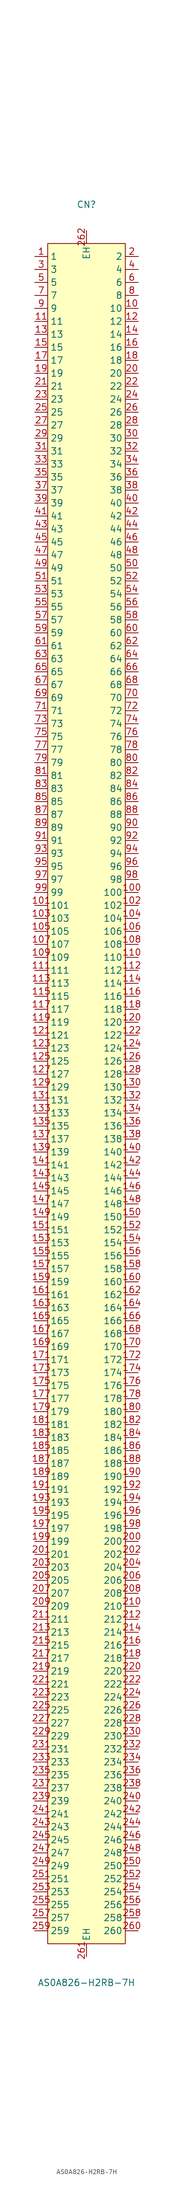
<source format=kicad_sym>
(kicad_symbol_lib
  (version 20211014)
  (generator https://github.com/uPesy/easyeda2kicad.py)
  (symbol "AS0A826-H2RB-7H"
    (property "Reference" "CN"
      (at 0 175.26 0)
      (effects (font (size 1.27 1.27))))
    (property "Value" "AS0A826-H2RB-7H"
      (at 0 -172.72 0)
      (effects (font (size 1.27 1.27))))
    (symbol "AS0A826-H2RB-7H_0_1"
      (rectangle (start -7.62 167.64) (end 7.62 -165.10) (stroke (width 0) (type default) (color 0 0 0 0)) (fill (type background)))
      (pin unspecified line (at 0.00 170.18 270) (length 2.54) (name "EH" (effects (font (size 1.27 1.27)))) (number "262" (effects (font (size 1.27 1.27)))))
      (pin unspecified line (at -10.16 165.10 0) (length 2.54) (name "1" (effects (font (size 1.27 1.27)))) (number "1" (effects (font (size 1.27 1.27)))))
      (pin unspecified line (at 10.16 165.10 180) (length 2.54) (name "2" (effects (font (size 1.27 1.27)))) (number "2" (effects (font (size 1.27 1.27)))))
      (pin unspecified line (at -10.16 162.56 0) (length 2.54) (name "3" (effects (font (size 1.27 1.27)))) (number "3" (effects (font (size 1.27 1.27)))))
      (pin unspecified line (at 10.16 162.56 180) (length 2.54) (name "4" (effects (font (size 1.27 1.27)))) (number "4" (effects (font (size 1.27 1.27)))))
      (pin unspecified line (at -10.16 160.02 0) (length 2.54) (name "5" (effects (font (size 1.27 1.27)))) (number "5" (effects (font (size 1.27 1.27)))))
      (pin unspecified line (at 10.16 160.02 180) (length 2.54) (name "6" (effects (font (size 1.27 1.27)))) (number "6" (effects (font (size 1.27 1.27)))))
      (pin unspecified line (at -10.16 157.48 0) (length 2.54) (name "7" (effects (font (size 1.27 1.27)))) (number "7" (effects (font (size 1.27 1.27)))))
      (pin unspecified line (at 10.16 157.48 180) (length 2.54) (name "8" (effects (font (size 1.27 1.27)))) (number "8" (effects (font (size 1.27 1.27)))))
      (pin unspecified line (at -10.16 154.94 0) (length 2.54) (name "9" (effects (font (size 1.27 1.27)))) (number "9" (effects (font (size 1.27 1.27)))))
      (pin unspecified line (at 10.16 154.94 180) (length 2.54) (name "10" (effects (font (size 1.27 1.27)))) (number "10" (effects (font (size 1.27 1.27)))))
      (pin unspecified line (at -10.16 152.40 0) (length 2.54) (name "11" (effects (font (size 1.27 1.27)))) (number "11" (effects (font (size 1.27 1.27)))))
      (pin unspecified line (at 10.16 152.40 180) (length 2.54) (name "12" (effects (font (size 1.27 1.27)))) (number "12" (effects (font (size 1.27 1.27)))))
      (pin unspecified line (at -10.16 149.86 0) (length 2.54) (name "13" (effects (font (size 1.27 1.27)))) (number "13" (effects (font (size 1.27 1.27)))))
      (pin unspecified line (at 10.16 149.86 180) (length 2.54) (name "14" (effects (font (size 1.27 1.27)))) (number "14" (effects (font (size 1.27 1.27)))))
      (pin unspecified line (at -10.16 147.32 0) (length 2.54) (name "15" (effects (font (size 1.27 1.27)))) (number "15" (effects (font (size 1.27 1.27)))))
      (pin unspecified line (at 10.16 147.32 180) (length 2.54) (name "16" (effects (font (size 1.27 1.27)))) (number "16" (effects (font (size 1.27 1.27)))))
      (pin unspecified line (at -10.16 144.78 0) (length 2.54) (name "17" (effects (font (size 1.27 1.27)))) (number "17" (effects (font (size 1.27 1.27)))))
      (pin unspecified line (at 10.16 144.78 180) (length 2.54) (name "18" (effects (font (size 1.27 1.27)))) (number "18" (effects (font (size 1.27 1.27)))))
      (pin unspecified line (at -10.16 142.24 0) (length 2.54) (name "19" (effects (font (size 1.27 1.27)))) (number "19" (effects (font (size 1.27 1.27)))))
      (pin unspecified line (at 10.16 142.24 180) (length 2.54) (name "20" (effects (font (size 1.27 1.27)))) (number "20" (effects (font (size 1.27 1.27)))))
      (pin unspecified line (at -10.16 139.70 0) (length 2.54) (name "21" (effects (font (size 1.27 1.27)))) (number "21" (effects (font (size 1.27 1.27)))))
      (pin unspecified line (at 10.16 139.70 180) (length 2.54) (name "22" (effects (font (size 1.27 1.27)))) (number "22" (effects (font (size 1.27 1.27)))))
      (pin unspecified line (at -10.16 137.16 0) (length 2.54) (name "23" (effects (font (size 1.27 1.27)))) (number "23" (effects (font (size 1.27 1.27)))))
      (pin unspecified line (at 10.16 137.16 180) (length 2.54) (name "24" (effects (font (size 1.27 1.27)))) (number "24" (effects (font (size 1.27 1.27)))))
      (pin unspecified line (at -10.16 134.62 0) (length 2.54) (name "25" (effects (font (size 1.27 1.27)))) (number "25" (effects (font (size 1.27 1.27)))))
      (pin unspecified line (at 10.16 134.62 180) (length 2.54) (name "26" (effects (font (size 1.27 1.27)))) (number "26" (effects (font (size 1.27 1.27)))))
      (pin unspecified line (at -10.16 132.08 0) (length 2.54) (name "27" (effects (font (size 1.27 1.27)))) (number "27" (effects (font (size 1.27 1.27)))))
      (pin unspecified line (at 10.16 132.08 180) (length 2.54) (name "28" (effects (font (size 1.27 1.27)))) (number "28" (effects (font (size 1.27 1.27)))))
      (pin unspecified line (at -10.16 129.54 0) (length 2.54) (name "29" (effects (font (size 1.27 1.27)))) (number "29" (effects (font (size 1.27 1.27)))))
      (pin unspecified line (at 10.16 129.54 180) (length 2.54) (name "30" (effects (font (size 1.27 1.27)))) (number "30" (effects (font (size 1.27 1.27)))))
      (pin unspecified line (at -10.16 127.00 0) (length 2.54) (name "31" (effects (font (size 1.27 1.27)))) (number "31" (effects (font (size 1.27 1.27)))))
      (pin unspecified line (at 10.16 127.00 180) (length 2.54) (name "32" (effects (font (size 1.27 1.27)))) (number "32" (effects (font (size 1.27 1.27)))))
      (pin unspecified line (at -10.16 124.46 0) (length 2.54) (name "33" (effects (font (size 1.27 1.27)))) (number "33" (effects (font (size 1.27 1.27)))))
      (pin unspecified line (at 10.16 124.46 180) (length 2.54) (name "34" (effects (font (size 1.27 1.27)))) (number "34" (effects (font (size 1.27 1.27)))))
      (pin unspecified line (at -10.16 121.92 0) (length 2.54) (name "35" (effects (font (size 1.27 1.27)))) (number "35" (effects (font (size 1.27 1.27)))))
      (pin unspecified line (at 10.16 121.92 180) (length 2.54) (name "36" (effects (font (size 1.27 1.27)))) (number "36" (effects (font (size 1.27 1.27)))))
      (pin unspecified line (at -10.16 119.38 0) (length 2.54) (name "37" (effects (font (size 1.27 1.27)))) (number "37" (effects (font (size 1.27 1.27)))))
      (pin unspecified line (at 10.16 119.38 180) (length 2.54) (name "38" (effects (font (size 1.27 1.27)))) (number "38" (effects (font (size 1.27 1.27)))))
      (pin unspecified line (at -10.16 116.84 0) (length 2.54) (name "39" (effects (font (size 1.27 1.27)))) (number "39" (effects (font (size 1.27 1.27)))))
      (pin unspecified line (at 10.16 116.84 180) (length 2.54) (name "40" (effects (font (size 1.27 1.27)))) (number "40" (effects (font (size 1.27 1.27)))))
      (pin unspecified line (at -10.16 114.30 0) (length 2.54) (name "41" (effects (font (size 1.27 1.27)))) (number "41" (effects (font (size 1.27 1.27)))))
      (pin unspecified line (at 10.16 114.30 180) (length 2.54) (name "42" (effects (font (size 1.27 1.27)))) (number "42" (effects (font (size 1.27 1.27)))))
      (pin unspecified line (at -10.16 111.76 0) (length 2.54) (name "43" (effects (font (size 1.27 1.27)))) (number "43" (effects (font (size 1.27 1.27)))))
      (pin unspecified line (at 10.16 111.76 180) (length 2.54) (name "44" (effects (font (size 1.27 1.27)))) (number "44" (effects (font (size 1.27 1.27)))))
      (pin unspecified line (at -10.16 109.22 0) (length 2.54) (name "45" (effects (font (size 1.27 1.27)))) (number "45" (effects (font (size 1.27 1.27)))))
      (pin unspecified line (at 10.16 109.22 180) (length 2.54) (name "46" (effects (font (size 1.27 1.27)))) (number "46" (effects (font (size 1.27 1.27)))))
      (pin unspecified line (at -10.16 106.68 0) (length 2.54) (name "47" (effects (font (size 1.27 1.27)))) (number "47" (effects (font (size 1.27 1.27)))))
      (pin unspecified line (at 10.16 106.68 180) (length 2.54) (name "48" (effects (font (size 1.27 1.27)))) (number "48" (effects (font (size 1.27 1.27)))))
      (pin unspecified line (at -10.16 104.14 0) (length 2.54) (name "49" (effects (font (size 1.27 1.27)))) (number "49" (effects (font (size 1.27 1.27)))))
      (pin unspecified line (at 10.16 104.14 180) (length 2.54) (name "50" (effects (font (size 1.27 1.27)))) (number "50" (effects (font (size 1.27 1.27)))))
      (pin unspecified line (at -10.16 101.60 0) (length 2.54) (name "51" (effects (font (size 1.27 1.27)))) (number "51" (effects (font (size 1.27 1.27)))))
      (pin unspecified line (at 10.16 101.60 180) (length 2.54) (name "52" (effects (font (size 1.27 1.27)))) (number "52" (effects (font (size 1.27 1.27)))))
      (pin unspecified line (at -10.16 99.06 0) (length 2.54) (name "53" (effects (font (size 1.27 1.27)))) (number "53" (effects (font (size 1.27 1.27)))))
      (pin unspecified line (at 10.16 99.06 180) (length 2.54) (name "54" (effects (font (size 1.27 1.27)))) (number "54" (effects (font (size 1.27 1.27)))))
      (pin unspecified line (at -10.16 96.52 0) (length 2.54) (name "55" (effects (font (size 1.27 1.27)))) (number "55" (effects (font (size 1.27 1.27)))))
      (pin unspecified line (at 10.16 96.52 180) (length 2.54) (name "56" (effects (font (size 1.27 1.27)))) (number "56" (effects (font (size 1.27 1.27)))))
      (pin unspecified line (at -10.16 93.98 0) (length 2.54) (name "57" (effects (font (size 1.27 1.27)))) (number "57" (effects (font (size 1.27 1.27)))))
      (pin unspecified line (at 10.16 93.98 180) (length 2.54) (name "58" (effects (font (size 1.27 1.27)))) (number "58" (effects (font (size 1.27 1.27)))))
      (pin unspecified line (at -10.16 91.44 0) (length 2.54) (name "59" (effects (font (size 1.27 1.27)))) (number "59" (effects (font (size 1.27 1.27)))))
      (pin unspecified line (at 10.16 91.44 180) (length 2.54) (name "60" (effects (font (size 1.27 1.27)))) (number "60" (effects (font (size 1.27 1.27)))))
      (pin unspecified line (at -10.16 88.90 0) (length 2.54) (name "61" (effects (font (size 1.27 1.27)))) (number "61" (effects (font (size 1.27 1.27)))))
      (pin unspecified line (at 10.16 88.90 180) (length 2.54) (name "62" (effects (font (size 1.27 1.27)))) (number "62" (effects (font (size 1.27 1.27)))))
      (pin unspecified line (at -10.16 86.36 0) (length 2.54) (name "63" (effects (font (size 1.27 1.27)))) (number "63" (effects (font (size 1.27 1.27)))))
      (pin unspecified line (at 10.16 86.36 180) (length 2.54) (name "64" (effects (font (size 1.27 1.27)))) (number "64" (effects (font (size 1.27 1.27)))))
      (pin unspecified line (at -10.16 83.82 0) (length 2.54) (name "65" (effects (font (size 1.27 1.27)))) (number "65" (effects (font (size 1.27 1.27)))))
      (pin unspecified line (at 10.16 83.82 180) (length 2.54) (name "66" (effects (font (size 1.27 1.27)))) (number "66" (effects (font (size 1.27 1.27)))))
      (pin unspecified line (at -10.16 81.28 0) (length 2.54) (name "67" (effects (font (size 1.27 1.27)))) (number "67" (effects (font (size 1.27 1.27)))))
      (pin unspecified line (at 10.16 81.28 180) (length 2.54) (name "68" (effects (font (size 1.27 1.27)))) (number "68" (effects (font (size 1.27 1.27)))))
      (pin unspecified line (at -10.16 78.74 0) (length 2.54) (name "69" (effects (font (size 1.27 1.27)))) (number "69" (effects (font (size 1.27 1.27)))))
      (pin unspecified line (at 10.16 78.74 180) (length 2.54) (name "70" (effects (font (size 1.27 1.27)))) (number "70" (effects (font (size 1.27 1.27)))))
      (pin unspecified line (at -10.16 76.20 0) (length 2.54) (name "71" (effects (font (size 1.27 1.27)))) (number "71" (effects (font (size 1.27 1.27)))))
      (pin unspecified line (at 10.16 76.20 180) (length 2.54) (name "72" (effects (font (size 1.27 1.27)))) (number "72" (effects (font (size 1.27 1.27)))))
      (pin unspecified line (at -10.16 73.66 0) (length 2.54) (name "73" (effects (font (size 1.27 1.27)))) (number "73" (effects (font (size 1.27 1.27)))))
      (pin unspecified line (at 10.16 73.66 180) (length 2.54) (name "74" (effects (font (size 1.27 1.27)))) (number "74" (effects (font (size 1.27 1.27)))))
      (pin unspecified line (at -10.16 71.12 0) (length 2.54) (name "75" (effects (font (size 1.27 1.27)))) (number "75" (effects (font (size 1.27 1.27)))))
      (pin unspecified line (at 10.16 71.12 180) (length 2.54) (name "76" (effects (font (size 1.27 1.27)))) (number "76" (effects (font (size 1.27 1.27)))))
      (pin unspecified line (at -10.16 68.58 0) (length 2.54) (name "77" (effects (font (size 1.27 1.27)))) (number "77" (effects (font (size 1.27 1.27)))))
      (pin unspecified line (at 10.16 68.58 180) (length 2.54) (name "78" (effects (font (size 1.27 1.27)))) (number "78" (effects (font (size 1.27 1.27)))))
      (pin unspecified line (at -10.16 66.04 0) (length 2.54) (name "79" (effects (font (size 1.27 1.27)))) (number "79" (effects (font (size 1.27 1.27)))))
      (pin unspecified line (at 10.16 66.04 180) (length 2.54) (name "80" (effects (font (size 1.27 1.27)))) (number "80" (effects (font (size 1.27 1.27)))))
      (pin unspecified line (at -10.16 63.50 0) (length 2.54) (name "81" (effects (font (size 1.27 1.27)))) (number "81" (effects (font (size 1.27 1.27)))))
      (pin unspecified line (at 10.16 63.50 180) (length 2.54) (name "82" (effects (font (size 1.27 1.27)))) (number "82" (effects (font (size 1.27 1.27)))))
      (pin unspecified line (at -10.16 60.96 0) (length 2.54) (name "83" (effects (font (size 1.27 1.27)))) (number "83" (effects (font (size 1.27 1.27)))))
      (pin unspecified line (at 10.16 60.96 180) (length 2.54) (name "84" (effects (font (size 1.27 1.27)))) (number "84" (effects (font (size 1.27 1.27)))))
      (pin unspecified line (at -10.16 58.42 0) (length 2.54) (name "85" (effects (font (size 1.27 1.27)))) (number "85" (effects (font (size 1.27 1.27)))))
      (pin unspecified line (at 10.16 58.42 180) (length 2.54) (name "86" (effects (font (size 1.27 1.27)))) (number "86" (effects (font (size 1.27 1.27)))))
      (pin unspecified line (at -10.16 55.88 0) (length 2.54) (name "87" (effects (font (size 1.27 1.27)))) (number "87" (effects (font (size 1.27 1.27)))))
      (pin unspecified line (at 10.16 55.88 180) (length 2.54) (name "88" (effects (font (size 1.27 1.27)))) (number "88" (effects (font (size 1.27 1.27)))))
      (pin unspecified line (at -10.16 53.34 0) (length 2.54) (name "89" (effects (font (size 1.27 1.27)))) (number "89" (effects (font (size 1.27 1.27)))))
      (pin unspecified line (at 10.16 53.34 180) (length 2.54) (name "90" (effects (font (size 1.27 1.27)))) (number "90" (effects (font (size 1.27 1.27)))))
      (pin unspecified line (at -10.16 50.80 0) (length 2.54) (name "91" (effects (font (size 1.27 1.27)))) (number "91" (effects (font (size 1.27 1.27)))))
      (pin unspecified line (at 10.16 50.80 180) (length 2.54) (name "92" (effects (font (size 1.27 1.27)))) (number "92" (effects (font (size 1.27 1.27)))))
      (pin unspecified line (at -10.16 48.26 0) (length 2.54) (name "93" (effects (font (size 1.27 1.27)))) (number "93" (effects (font (size 1.27 1.27)))))
      (pin unspecified line (at 10.16 48.26 180) (length 2.54) (name "94" (effects (font (size 1.27 1.27)))) (number "94" (effects (font (size 1.27 1.27)))))
      (pin unspecified line (at -10.16 45.72 0) (length 2.54) (name "95" (effects (font (size 1.27 1.27)))) (number "95" (effects (font (size 1.27 1.27)))))
      (pin unspecified line (at 10.16 45.72 180) (length 2.54) (name "96" (effects (font (size 1.27 1.27)))) (number "96" (effects (font (size 1.27 1.27)))))
      (pin unspecified line (at -10.16 43.18 0) (length 2.54) (name "97" (effects (font (size 1.27 1.27)))) (number "97" (effects (font (size 1.27 1.27)))))
      (pin unspecified line (at 10.16 43.18 180) (length 2.54) (name "98" (effects (font (size 1.27 1.27)))) (number "98" (effects (font (size 1.27 1.27)))))
      (pin unspecified line (at -10.16 40.64 0) (length 2.54) (name "99" (effects (font (size 1.27 1.27)))) (number "99" (effects (font (size 1.27 1.27)))))
      (pin unspecified line (at 10.16 40.64 180) (length 2.54) (name "100" (effects (font (size 1.27 1.27)))) (number "100" (effects (font (size 1.27 1.27)))))
      (pin unspecified line (at -10.16 38.10 0) (length 2.54) (name "101" (effects (font (size 1.27 1.27)))) (number "101" (effects (font (size 1.27 1.27)))))
      (pin unspecified line (at 10.16 38.10 180) (length 2.54) (name "102" (effects (font (size 1.27 1.27)))) (number "102" (effects (font (size 1.27 1.27)))))
      (pin unspecified line (at -10.16 35.56 0) (length 2.54) (name "103" (effects (font (size 1.27 1.27)))) (number "103" (effects (font (size 1.27 1.27)))))
      (pin unspecified line (at 10.16 35.56 180) (length 2.54) (name "104" (effects (font (size 1.27 1.27)))) (number "104" (effects (font (size 1.27 1.27)))))
      (pin unspecified line (at -10.16 33.02 0) (length 2.54) (name "105" (effects (font (size 1.27 1.27)))) (number "105" (effects (font (size 1.27 1.27)))))
      (pin unspecified line (at 10.16 33.02 180) (length 2.54) (name "106" (effects (font (size 1.27 1.27)))) (number "106" (effects (font (size 1.27 1.27)))))
      (pin unspecified line (at -10.16 30.48 0) (length 2.54) (name "107" (effects (font (size 1.27 1.27)))) (number "107" (effects (font (size 1.27 1.27)))))
      (pin unspecified line (at 10.16 30.48 180) (length 2.54) (name "108" (effects (font (size 1.27 1.27)))) (number "108" (effects (font (size 1.27 1.27)))))
      (pin unspecified line (at -10.16 27.94 0) (length 2.54) (name "109" (effects (font (size 1.27 1.27)))) (number "109" (effects (font (size 1.27 1.27)))))
      (pin unspecified line (at 10.16 27.94 180) (length 2.54) (name "110" (effects (font (size 1.27 1.27)))) (number "110" (effects (font (size 1.27 1.27)))))
      (pin unspecified line (at -10.16 25.40 0) (length 2.54) (name "111" (effects (font (size 1.27 1.27)))) (number "111" (effects (font (size 1.27 1.27)))))
      (pin unspecified line (at 10.16 25.40 180) (length 2.54) (name "112" (effects (font (size 1.27 1.27)))) (number "112" (effects (font (size 1.27 1.27)))))
      (pin unspecified line (at -10.16 22.86 0) (length 2.54) (name "113" (effects (font (size 1.27 1.27)))) (number "113" (effects (font (size 1.27 1.27)))))
      (pin unspecified line (at 10.16 22.86 180) (length 2.54) (name "114" (effects (font (size 1.27 1.27)))) (number "114" (effects (font (size 1.27 1.27)))))
      (pin unspecified line (at -10.16 20.32 0) (length 2.54) (name "115" (effects (font (size 1.27 1.27)))) (number "115" (effects (font (size 1.27 1.27)))))
      (pin unspecified line (at 10.16 20.32 180) (length 2.54) (name "116" (effects (font (size 1.27 1.27)))) (number "116" (effects (font (size 1.27 1.27)))))
      (pin unspecified line (at -10.16 17.78 0) (length 2.54) (name "117" (effects (font (size 1.27 1.27)))) (number "117" (effects (font (size 1.27 1.27)))))
      (pin unspecified line (at 10.16 17.78 180) (length 2.54) (name "118" (effects (font (size 1.27 1.27)))) (number "118" (effects (font (size 1.27 1.27)))))
      (pin unspecified line (at -10.16 15.24 0) (length 2.54) (name "119" (effects (font (size 1.27 1.27)))) (number "119" (effects (font (size 1.27 1.27)))))
      (pin unspecified line (at 10.16 15.24 180) (length 2.54) (name "120" (effects (font (size 1.27 1.27)))) (number "120" (effects (font (size 1.27 1.27)))))
      (pin unspecified line (at -10.16 12.70 0) (length 2.54) (name "121" (effects (font (size 1.27 1.27)))) (number "121" (effects (font (size 1.27 1.27)))))
      (pin unspecified line (at 10.16 12.70 180) (length 2.54) (name "122" (effects (font (size 1.27 1.27)))) (number "122" (effects (font (size 1.27 1.27)))))
      (pin unspecified line (at -10.16 10.16 0) (length 2.54) (name "123" (effects (font (size 1.27 1.27)))) (number "123" (effects (font (size 1.27 1.27)))))
      (pin unspecified line (at 10.16 10.16 180) (length 2.54) (name "124" (effects (font (size 1.27 1.27)))) (number "124" (effects (font (size 1.27 1.27)))))
      (pin unspecified line (at -10.16 7.62 0) (length 2.54) (name "125" (effects (font (size 1.27 1.27)))) (number "125" (effects (font (size 1.27 1.27)))))
      (pin unspecified line (at 10.16 7.62 180) (length 2.54) (name "126" (effects (font (size 1.27 1.27)))) (number "126" (effects (font (size 1.27 1.27)))))
      (pin unspecified line (at -10.16 5.08 0) (length 2.54) (name "127" (effects (font (size 1.27 1.27)))) (number "127" (effects (font (size 1.27 1.27)))))
      (pin unspecified line (at 10.16 5.08 180) (length 2.54) (name "128" (effects (font (size 1.27 1.27)))) (number "128" (effects (font (size 1.27 1.27)))))
      (pin unspecified line (at -10.16 2.54 0) (length 2.54) (name "129" (effects (font (size 1.27 1.27)))) (number "129" (effects (font (size 1.27 1.27)))))
      (pin unspecified line (at 10.16 2.54 180) (length 2.54) (name "130" (effects (font (size 1.27 1.27)))) (number "130" (effects (font (size 1.27 1.27)))))
      (pin unspecified line (at -10.16 -0.00 0) (length 2.54) (name "131" (effects (font (size 1.27 1.27)))) (number "131" (effects (font (size 1.27 1.27)))))
      (pin unspecified line (at 10.16 -0.00 180) (length 2.54) (name "132" (effects (font (size 1.27 1.27)))) (number "132" (effects (font (size 1.27 1.27)))))
      (pin unspecified line (at -10.16 -2.54 0) (length 2.54) (name "133" (effects (font (size 1.27 1.27)))) (number "133" (effects (font (size 1.27 1.27)))))
      (pin unspecified line (at 10.16 -2.54 180) (length 2.54) (name "134" (effects (font (size 1.27 1.27)))) (number "134" (effects (font (size 1.27 1.27)))))
      (pin unspecified line (at -10.16 -5.08 0) (length 2.54) (name "135" (effects (font (size 1.27 1.27)))) (number "135" (effects (font (size 1.27 1.27)))))
      (pin unspecified line (at 10.16 -5.08 180) (length 2.54) (name "136" (effects (font (size 1.27 1.27)))) (number "136" (effects (font (size 1.27 1.27)))))
      (pin unspecified line (at -10.16 -7.62 0) (length 2.54) (name "137" (effects (font (size 1.27 1.27)))) (number "137" (effects (font (size 1.27 1.27)))))
      (pin unspecified line (at 10.16 -7.62 180) (length 2.54) (name "138" (effects (font (size 1.27 1.27)))) (number "138" (effects (font (size 1.27 1.27)))))
      (pin unspecified line (at -10.16 -10.16 0) (length 2.54) (name "139" (effects (font (size 1.27 1.27)))) (number "139" (effects (font (size 1.27 1.27)))))
      (pin unspecified line (at 10.16 -10.16 180) (length 2.54) (name "140" (effects (font (size 1.27 1.27)))) (number "140" (effects (font (size 1.27 1.27)))))
      (pin unspecified line (at -10.16 -12.70 0) (length 2.54) (name "141" (effects (font (size 1.27 1.27)))) (number "141" (effects (font (size 1.27 1.27)))))
      (pin unspecified line (at 10.16 -12.70 180) (length 2.54) (name "142" (effects (font (size 1.27 1.27)))) (number "142" (effects (font (size 1.27 1.27)))))
      (pin unspecified line (at -10.16 -15.24 0) (length 2.54) (name "143" (effects (font (size 1.27 1.27)))) (number "143" (effects (font (size 1.27 1.27)))))
      (pin unspecified line (at 10.16 -15.24 180) (length 2.54) (name "144" (effects (font (size 1.27 1.27)))) (number "144" (effects (font (size 1.27 1.27)))))
      (pin unspecified line (at -10.16 -17.78 0) (length 2.54) (name "145" (effects (font (size 1.27 1.27)))) (number "145" (effects (font (size 1.27 1.27)))))
      (pin unspecified line (at 10.16 -17.78 180) (length 2.54) (name "146" (effects (font (size 1.27 1.27)))) (number "146" (effects (font (size 1.27 1.27)))))
      (pin unspecified line (at -10.16 -20.32 0) (length 2.54) (name "147" (effects (font (size 1.27 1.27)))) (number "147" (effects (font (size 1.27 1.27)))))
      (pin unspecified line (at 10.16 -20.32 180) (length 2.54) (name "148" (effects (font (size 1.27 1.27)))) (number "148" (effects (font (size 1.27 1.27)))))
      (pin unspecified line (at -10.16 -22.86 0) (length 2.54) (name "149" (effects (font (size 1.27 1.27)))) (number "149" (effects (font (size 1.27 1.27)))))
      (pin unspecified line (at 10.16 -22.86 180) (length 2.54) (name "150" (effects (font (size 1.27 1.27)))) (number "150" (effects (font (size 1.27 1.27)))))
      (pin unspecified line (at -10.16 -25.40 0) (length 2.54) (name "151" (effects (font (size 1.27 1.27)))) (number "151" (effects (font (size 1.27 1.27)))))
      (pin unspecified line (at 10.16 -25.40 180) (length 2.54) (name "152" (effects (font (size 1.27 1.27)))) (number "152" (effects (font (size 1.27 1.27)))))
      (pin unspecified line (at -10.16 -27.94 0) (length 2.54) (name "153" (effects (font (size 1.27 1.27)))) (number "153" (effects (font (size 1.27 1.27)))))
      (pin unspecified line (at 10.16 -27.94 180) (length 2.54) (name "154" (effects (font (size 1.27 1.27)))) (number "154" (effects (font (size 1.27 1.27)))))
      (pin unspecified line (at -10.16 -30.48 0) (length 2.54) (name "155" (effects (font (size 1.27 1.27)))) (number "155" (effects (font (size 1.27 1.27)))))
      (pin unspecified line (at 10.16 -30.48 180) (length 2.54) (name "156" (effects (font (size 1.27 1.27)))) (number "156" (effects (font (size 1.27 1.27)))))
      (pin unspecified line (at -10.16 -33.02 0) (length 2.54) (name "157" (effects (font (size 1.27 1.27)))) (number "157" (effects (font (size 1.27 1.27)))))
      (pin unspecified line (at 10.16 -33.02 180) (length 2.54) (name "158" (effects (font (size 1.27 1.27)))) (number "158" (effects (font (size 1.27 1.27)))))
      (pin unspecified line (at -10.16 -35.56 0) (length 2.54) (name "159" (effects (font (size 1.27 1.27)))) (number "159" (effects (font (size 1.27 1.27)))))
      (pin unspecified line (at 10.16 -35.56 180) (length 2.54) (name "160" (effects (font (size 1.27 1.27)))) (number "160" (effects (font (size 1.27 1.27)))))
      (pin unspecified line (at -10.16 -38.10 0) (length 2.54) (name "161" (effects (font (size 1.27 1.27)))) (number "161" (effects (font (size 1.27 1.27)))))
      (pin unspecified line (at 10.16 -38.10 180) (length 2.54) (name "162" (effects (font (size 1.27 1.27)))) (number "162" (effects (font (size 1.27 1.27)))))
      (pin unspecified line (at -10.16 -40.64 0) (length 2.54) (name "163" (effects (font (size 1.27 1.27)))) (number "163" (effects (font (size 1.27 1.27)))))
      (pin unspecified line (at 10.16 -40.64 180) (length 2.54) (name "164" (effects (font (size 1.27 1.27)))) (number "164" (effects (font (size 1.27 1.27)))))
      (pin unspecified line (at -10.16 -43.18 0) (length 2.54) (name "165" (effects (font (size 1.27 1.27)))) (number "165" (effects (font (size 1.27 1.27)))))
      (pin unspecified line (at 10.16 -43.18 180) (length 2.54) (name "166" (effects (font (size 1.27 1.27)))) (number "166" (effects (font (size 1.27 1.27)))))
      (pin unspecified line (at -10.16 -45.72 0) (length 2.54) (name "167" (effects (font (size 1.27 1.27)))) (number "167" (effects (font (size 1.27 1.27)))))
      (pin unspecified line (at 10.16 -45.72 180) (length 2.54) (name "168" (effects (font (size 1.27 1.27)))) (number "168" (effects (font (size 1.27 1.27)))))
      (pin unspecified line (at -10.16 -48.26 0) (length 2.54) (name "169" (effects (font (size 1.27 1.27)))) (number "169" (effects (font (size 1.27 1.27)))))
      (pin unspecified line (at 10.16 -48.26 180) (length 2.54) (name "170" (effects (font (size 1.27 1.27)))) (number "170" (effects (font (size 1.27 1.27)))))
      (pin unspecified line (at -10.16 -50.80 0) (length 2.54) (name "171" (effects (font (size 1.27 1.27)))) (number "171" (effects (font (size 1.27 1.27)))))
      (pin unspecified line (at 10.16 -50.80 180) (length 2.54) (name "172" (effects (font (size 1.27 1.27)))) (number "172" (effects (font (size 1.27 1.27)))))
      (pin unspecified line (at -10.16 -53.34 0) (length 2.54) (name "173" (effects (font (size 1.27 1.27)))) (number "173" (effects (font (size 1.27 1.27)))))
      (pin unspecified line (at 10.16 -53.34 180) (length 2.54) (name "174" (effects (font (size 1.27 1.27)))) (number "174" (effects (font (size 1.27 1.27)))))
      (pin unspecified line (at -10.16 -55.88 0) (length 2.54) (name "175" (effects (font (size 1.27 1.27)))) (number "175" (effects (font (size 1.27 1.27)))))
      (pin unspecified line (at 10.16 -55.88 180) (length 2.54) (name "176" (effects (font (size 1.27 1.27)))) (number "176" (effects (font (size 1.27 1.27)))))
      (pin unspecified line (at -10.16 -58.42 0) (length 2.54) (name "177" (effects (font (size 1.27 1.27)))) (number "177" (effects (font (size 1.27 1.27)))))
      (pin unspecified line (at 10.16 -58.42 180) (length 2.54) (name "178" (effects (font (size 1.27 1.27)))) (number "178" (effects (font (size 1.27 1.27)))))
      (pin unspecified line (at -10.16 -60.96 0) (length 2.54) (name "179" (effects (font (size 1.27 1.27)))) (number "179" (effects (font (size 1.27 1.27)))))
      (pin unspecified line (at 10.16 -60.96 180) (length 2.54) (name "180" (effects (font (size 1.27 1.27)))) (number "180" (effects (font (size 1.27 1.27)))))
      (pin unspecified line (at -10.16 -63.50 0) (length 2.54) (name "181" (effects (font (size 1.27 1.27)))) (number "181" (effects (font (size 1.27 1.27)))))
      (pin unspecified line (at 10.16 -63.50 180) (length 2.54) (name "182" (effects (font (size 1.27 1.27)))) (number "182" (effects (font (size 1.27 1.27)))))
      (pin unspecified line (at -10.16 -66.04 0) (length 2.54) (name "183" (effects (font (size 1.27 1.27)))) (number "183" (effects (font (size 1.27 1.27)))))
      (pin unspecified line (at 10.16 -66.04 180) (length 2.54) (name "184" (effects (font (size 1.27 1.27)))) (number "184" (effects (font (size 1.27 1.27)))))
      (pin unspecified line (at -10.16 -68.58 0) (length 2.54) (name "185" (effects (font (size 1.27 1.27)))) (number "185" (effects (font (size 1.27 1.27)))))
      (pin unspecified line (at 10.16 -68.58 180) (length 2.54) (name "186" (effects (font (size 1.27 1.27)))) (number "186" (effects (font (size 1.27 1.27)))))
      (pin unspecified line (at -10.16 -71.12 0) (length 2.54) (name "187" (effects (font (size 1.27 1.27)))) (number "187" (effects (font (size 1.27 1.27)))))
      (pin unspecified line (at 10.16 -71.12 180) (length 2.54) (name "188" (effects (font (size 1.27 1.27)))) (number "188" (effects (font (size 1.27 1.27)))))
      (pin unspecified line (at -10.16 -73.66 0) (length 2.54) (name "189" (effects (font (size 1.27 1.27)))) (number "189" (effects (font (size 1.27 1.27)))))
      (pin unspecified line (at 10.16 -73.66 180) (length 2.54) (name "190" (effects (font (size 1.27 1.27)))) (number "190" (effects (font (size 1.27 1.27)))))
      (pin unspecified line (at -10.16 -76.20 0) (length 2.54) (name "191" (effects (font (size 1.27 1.27)))) (number "191" (effects (font (size 1.27 1.27)))))
      (pin unspecified line (at 10.16 -76.20 180) (length 2.54) (name "192" (effects (font (size 1.27 1.27)))) (number "192" (effects (font (size 1.27 1.27)))))
      (pin unspecified line (at -10.16 -78.74 0) (length 2.54) (name "193" (effects (font (size 1.27 1.27)))) (number "193" (effects (font (size 1.27 1.27)))))
      (pin unspecified line (at 10.16 -78.74 180) (length 2.54) (name "194" (effects (font (size 1.27 1.27)))) (number "194" (effects (font (size 1.27 1.27)))))
      (pin unspecified line (at -10.16 -81.28 0) (length 2.54) (name "195" (effects (font (size 1.27 1.27)))) (number "195" (effects (font (size 1.27 1.27)))))
      (pin unspecified line (at 10.16 -81.28 180) (length 2.54) (name "196" (effects (font (size 1.27 1.27)))) (number "196" (effects (font (size 1.27 1.27)))))
      (pin unspecified line (at -10.16 -83.82 0) (length 2.54) (name "197" (effects (font (size 1.27 1.27)))) (number "197" (effects (font (size 1.27 1.27)))))
      (pin unspecified line (at 10.16 -83.82 180) (length 2.54) (name "198" (effects (font (size 1.27 1.27)))) (number "198" (effects (font (size 1.27 1.27)))))
      (pin unspecified line (at -10.16 -86.36 0) (length 2.54) (name "199" (effects (font (size 1.27 1.27)))) (number "199" (effects (font (size 1.27 1.27)))))
      (pin unspecified line (at 10.16 -86.36 180) (length 2.54) (name "200" (effects (font (size 1.27 1.27)))) (number "200" (effects (font (size 1.27 1.27)))))
      (pin unspecified line (at -10.16 -88.90 0) (length 2.54) (name "201" (effects (font (size 1.27 1.27)))) (number "201" (effects (font (size 1.27 1.27)))))
      (pin unspecified line (at 10.16 -88.90 180) (length 2.54) (name "202" (effects (font (size 1.27 1.27)))) (number "202" (effects (font (size 1.27 1.27)))))
      (pin unspecified line (at -10.16 -91.44 0) (length 2.54) (name "203" (effects (font (size 1.27 1.27)))) (number "203" (effects (font (size 1.27 1.27)))))
      (pin unspecified line (at 10.16 -91.44 180) (length 2.54) (name "204" (effects (font (size 1.27 1.27)))) (number "204" (effects (font (size 1.27 1.27)))))
      (pin unspecified line (at -10.16 -93.98 0) (length 2.54) (name "205" (effects (font (size 1.27 1.27)))) (number "205" (effects (font (size 1.27 1.27)))))
      (pin unspecified line (at 10.16 -93.98 180) (length 2.54) (name "206" (effects (font (size 1.27 1.27)))) (number "206" (effects (font (size 1.27 1.27)))))
      (pin unspecified line (at -10.16 -96.52 0) (length 2.54) (name "207" (effects (font (size 1.27 1.27)))) (number "207" (effects (font (size 1.27 1.27)))))
      (pin unspecified line (at 10.16 -96.52 180) (length 2.54) (name "208" (effects (font (size 1.27 1.27)))) (number "208" (effects (font (size 1.27 1.27)))))
      (pin unspecified line (at -10.16 -99.06 0) (length 2.54) (name "209" (effects (font (size 1.27 1.27)))) (number "209" (effects (font (size 1.27 1.27)))))
      (pin unspecified line (at 10.16 -99.06 180) (length 2.54) (name "210" (effects (font (size 1.27 1.27)))) (number "210" (effects (font (size 1.27 1.27)))))
      (pin unspecified line (at -10.16 -101.60 0) (length 2.54) (name "211" (effects (font (size 1.27 1.27)))) (number "211" (effects (font (size 1.27 1.27)))))
      (pin unspecified line (at 10.16 -101.60 180) (length 2.54) (name "212" (effects (font (size 1.27 1.27)))) (number "212" (effects (font (size 1.27 1.27)))))
      (pin unspecified line (at -10.16 -104.14 0) (length 2.54) (name "213" (effects (font (size 1.27 1.27)))) (number "213" (effects (font (size 1.27 1.27)))))
      (pin unspecified line (at 10.16 -104.14 180) (length 2.54) (name "214" (effects (font (size 1.27 1.27)))) (number "214" (effects (font (size 1.27 1.27)))))
      (pin unspecified line (at -10.16 -106.68 0) (length 2.54) (name "215" (effects (font (size 1.27 1.27)))) (number "215" (effects (font (size 1.27 1.27)))))
      (pin unspecified line (at 10.16 -106.68 180) (length 2.54) (name "216" (effects (font (size 1.27 1.27)))) (number "216" (effects (font (size 1.27 1.27)))))
      (pin unspecified line (at -10.16 -109.22 0) (length 2.54) (name "217" (effects (font (size 1.27 1.27)))) (number "217" (effects (font (size 1.27 1.27)))))
      (pin unspecified line (at 10.16 -109.22 180) (length 2.54) (name "218" (effects (font (size 1.27 1.27)))) (number "218" (effects (font (size 1.27 1.27)))))
      (pin unspecified line (at -10.16 -111.76 0) (length 2.54) (name "219" (effects (font (size 1.27 1.27)))) (number "219" (effects (font (size 1.27 1.27)))))
      (pin unspecified line (at 10.16 -111.76 180) (length 2.54) (name "220" (effects (font (size 1.27 1.27)))) (number "220" (effects (font (size 1.27 1.27)))))
      (pin unspecified line (at -10.16 -114.30 0) (length 2.54) (name "221" (effects (font (size 1.27 1.27)))) (number "221" (effects (font (size 1.27 1.27)))))
      (pin unspecified line (at 10.16 -114.30 180) (length 2.54) (name "222" (effects (font (size 1.27 1.27)))) (number "222" (effects (font (size 1.27 1.27)))))
      (pin unspecified line (at -10.16 -116.84 0) (length 2.54) (name "223" (effects (font (size 1.27 1.27)))) (number "223" (effects (font (size 1.27 1.27)))))
      (pin unspecified line (at 10.16 -116.84 180) (length 2.54) (name "224" (effects (font (size 1.27 1.27)))) (number "224" (effects (font (size 1.27 1.27)))))
      (pin unspecified line (at -10.16 -119.38 0) (length 2.54) (name "225" (effects (font (size 1.27 1.27)))) (number "225" (effects (font (size 1.27 1.27)))))
      (pin unspecified line (at 10.16 -119.38 180) (length 2.54) (name "226" (effects (font (size 1.27 1.27)))) (number "226" (effects (font (size 1.27 1.27)))))
      (pin unspecified line (at -10.16 -121.92 0) (length 2.54) (name "227" (effects (font (size 1.27 1.27)))) (number "227" (effects (font (size 1.27 1.27)))))
      (pin unspecified line (at 10.16 -121.92 180) (length 2.54) (name "228" (effects (font (size 1.27 1.27)))) (number "228" (effects (font (size 1.27 1.27)))))
      (pin unspecified line (at -10.16 -124.46 0) (length 2.54) (name "229" (effects (font (size 1.27 1.27)))) (number "229" (effects (font (size 1.27 1.27)))))
      (pin unspecified line (at 10.16 -124.46 180) (length 2.54) (name "230" (effects (font (size 1.27 1.27)))) (number "230" (effects (font (size 1.27 1.27)))))
      (pin unspecified line (at -10.16 -127.00 0) (length 2.54) (name "231" (effects (font (size 1.27 1.27)))) (number "231" (effects (font (size 1.27 1.27)))))
      (pin unspecified line (at 10.16 -127.00 180) (length 2.54) (name "232" (effects (font (size 1.27 1.27)))) (number "232" (effects (font (size 1.27 1.27)))))
      (pin unspecified line (at -10.16 -129.54 0) (length 2.54) (name "233" (effects (font (size 1.27 1.27)))) (number "233" (effects (font (size 1.27 1.27)))))
      (pin unspecified line (at 10.16 -129.54 180) (length 2.54) (name "234" (effects (font (size 1.27 1.27)))) (number "234" (effects (font (size 1.27 1.27)))))
      (pin unspecified line (at -10.16 -132.08 0) (length 2.54) (name "235" (effects (font (size 1.27 1.27)))) (number "235" (effects (font (size 1.27 1.27)))))
      (pin unspecified line (at 10.16 -132.08 180) (length 2.54) (name "236" (effects (font (size 1.27 1.27)))) (number "236" (effects (font (size 1.27 1.27)))))
      (pin unspecified line (at -10.16 -134.62 0) (length 2.54) (name "237" (effects (font (size 1.27 1.27)))) (number "237" (effects (font (size 1.27 1.27)))))
      (pin unspecified line (at 10.16 -134.62 180) (length 2.54) (name "238" (effects (font (size 1.27 1.27)))) (number "238" (effects (font (size 1.27 1.27)))))
      (pin unspecified line (at -10.16 -137.16 0) (length 2.54) (name "239" (effects (font (size 1.27 1.27)))) (number "239" (effects (font (size 1.27 1.27)))))
      (pin unspecified line (at 10.16 -137.16 180) (length 2.54) (name "240" (effects (font (size 1.27 1.27)))) (number "240" (effects (font (size 1.27 1.27)))))
      (pin unspecified line (at -10.16 -139.70 0) (length 2.54) (name "241" (effects (font (size 1.27 1.27)))) (number "241" (effects (font (size 1.27 1.27)))))
      (pin unspecified line (at 10.16 -139.70 180) (length 2.54) (name "242" (effects (font (size 1.27 1.27)))) (number "242" (effects (font (size 1.27 1.27)))))
      (pin unspecified line (at -10.16 -142.24 0) (length 2.54) (name "243" (effects (font (size 1.27 1.27)))) (number "243" (effects (font (size 1.27 1.27)))))
      (pin unspecified line (at 10.16 -142.24 180) (length 2.54) (name "244" (effects (font (size 1.27 1.27)))) (number "244" (effects (font (size 1.27 1.27)))))
      (pin unspecified line (at -10.16 -144.78 0) (length 2.54) (name "245" (effects (font (size 1.27 1.27)))) (number "245" (effects (font (size 1.27 1.27)))))
      (pin unspecified line (at 10.16 -144.78 180) (length 2.54) (name "246" (effects (font (size 1.27 1.27)))) (number "246" (effects (font (size 1.27 1.27)))))
      (pin unspecified line (at -10.16 -147.32 0) (length 2.54) (name "247" (effects (font (size 1.27 1.27)))) (number "247" (effects (font (size 1.27 1.27)))))
      (pin unspecified line (at 10.16 -147.32 180) (length 2.54) (name "248" (effects (font (size 1.27 1.27)))) (number "248" (effects (font (size 1.27 1.27)))))
      (pin unspecified line (at -10.16 -149.86 0) (length 2.54) (name "249" (effects (font (size 1.27 1.27)))) (number "249" (effects (font (size 1.27 1.27)))))
      (pin unspecified line (at 10.16 -149.86 180) (length 2.54) (name "250" (effects (font (size 1.27 1.27)))) (number "250" (effects (font (size 1.27 1.27)))))
      (pin unspecified line (at -10.16 -152.40 0) (length 2.54) (name "251" (effects (font (size 1.27 1.27)))) (number "251" (effects (font (size 1.27 1.27)))))
      (pin unspecified line (at 10.16 -152.40 180) (length 2.54) (name "252" (effects (font (size 1.27 1.27)))) (number "252" (effects (font (size 1.27 1.27)))))
      (pin unspecified line (at -10.16 -154.94 0) (length 2.54) (name "253" (effects (font (size 1.27 1.27)))) (number "253" (effects (font (size 1.27 1.27)))))
      (pin unspecified line (at 10.16 -154.94 180) (length 2.54) (name "254" (effects (font (size 1.27 1.27)))) (number "254" (effects (font (size 1.27 1.27)))))
      (pin unspecified line (at -10.16 -157.48 0) (length 2.54) (name "255" (effects (font (size 1.27 1.27)))) (number "255" (effects (font (size 1.27 1.27)))))
      (pin unspecified line (at 10.16 -157.48 180) (length 2.54) (name "256" (effects (font (size 1.27 1.27)))) (number "256" (effects (font (size 1.27 1.27)))))
      (pin unspecified line (at -10.16 -160.02 0) (length 2.54) (name "257" (effects (font (size 1.27 1.27)))) (number "257" (effects (font (size 1.27 1.27)))))
      (pin unspecified line (at 10.16 -160.02 180) (length 2.54) (name "258" (effects (font (size 1.27 1.27)))) (number "258" (effects (font (size 1.27 1.27)))))
      (pin unspecified line (at -10.16 -162.56 0) (length 2.54) (name "259" (effects (font (size 1.27 1.27)))) (number "259" (effects (font (size 1.27 1.27)))))
      (pin unspecified line (at 10.16 -162.56 180) (length 2.54) (name "260" (effects (font (size 1.27 1.27)))) (number "260" (effects (font (size 1.27 1.27)))))
      (pin unspecified line (at 0.00 -167.64 90) (length 2.54) (name "EH" (effects (font (size 1.27 1.27)))) (number "261" (effects (font (size 1.27 1.27))))))))
</source>
